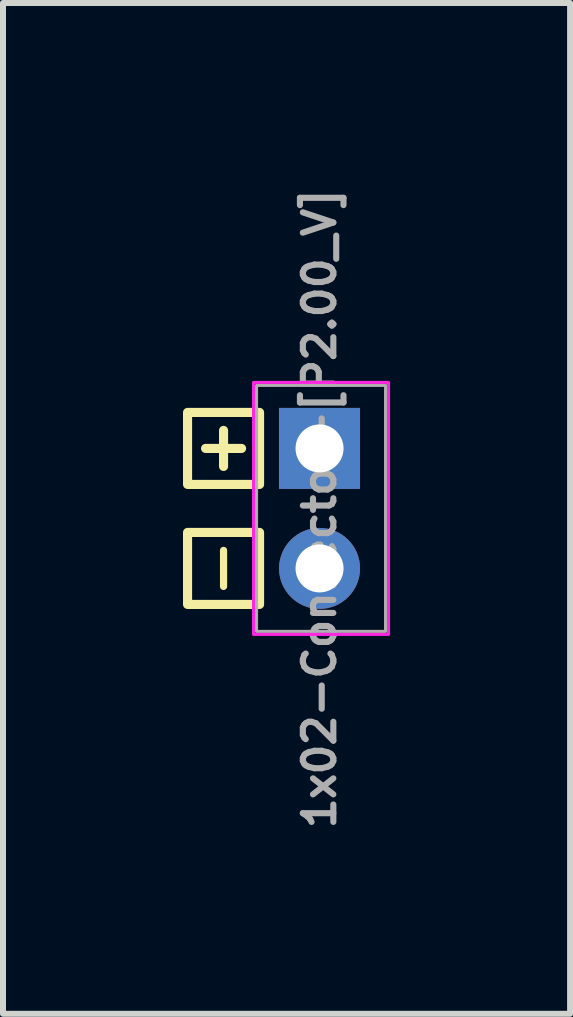
<source format=kicad_pcb>
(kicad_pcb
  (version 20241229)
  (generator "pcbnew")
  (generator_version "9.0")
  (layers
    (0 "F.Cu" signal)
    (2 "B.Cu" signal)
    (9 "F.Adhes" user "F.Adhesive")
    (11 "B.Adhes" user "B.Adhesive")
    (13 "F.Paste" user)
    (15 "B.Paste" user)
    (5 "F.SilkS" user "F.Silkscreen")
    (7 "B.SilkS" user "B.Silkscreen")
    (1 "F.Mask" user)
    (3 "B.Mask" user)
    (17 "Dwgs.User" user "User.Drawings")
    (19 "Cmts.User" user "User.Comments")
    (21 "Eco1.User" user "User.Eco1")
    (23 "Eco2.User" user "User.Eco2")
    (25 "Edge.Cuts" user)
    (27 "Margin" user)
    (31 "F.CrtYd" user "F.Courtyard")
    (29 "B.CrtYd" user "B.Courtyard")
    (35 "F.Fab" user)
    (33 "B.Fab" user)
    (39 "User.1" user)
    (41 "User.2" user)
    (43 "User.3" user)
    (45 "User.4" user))
  (footprint "1x02-Connector-[P2.00_V]"
    (layer "F.Cu")
    (at 2.276 4.424)
    (property "Reference" "1x02-Connector-[P2.00_V]" (at 0 1 90) (layer "F.Fab") (effects (font (size 0.508 0.508) (thickness 0.102))))
    (attr through_hole)
    (fp_line (start -1.6 -0.3) (end -1.6 0.3) (stroke (width 0.152) (type solid)) (layer "F.SilkS"))
    (fp_line (start -1.6 1.7) (end -1.6 2.3) (stroke (width 0.12) (type solid)) (layer "F.SilkS"))
    (fp_line (start -1.3 0) (end -1.9 0) (stroke (width 0.152) (type solid)) (layer "F.SilkS"))
    (fp_rect (start -2.2 -0.6) (end -1 0.6) (stroke (width 0.152) (type solid)) (fill no) (layer "F.SilkS"))
    (fp_rect (start -2.2 1.4) (end -1 2.6) (stroke (width 0.152) (type solid)) (fill no) (layer "F.SilkS"))
    (fp_rect (start -1.1 -1.1) (end 1.15 3.1) (stroke (width 0.051) (type solid)) (fill no) (layer "F.CrtYd"))
    (fp_rect (start 0 0) (end 0 0) (stroke (width 0.05) (type solid)) (fill no) (layer "F.CrtYd"))
    (fp_rect (start -1.05 -1.05) (end 1.1 3.05) (stroke (width 0.051) (type solid)) (fill no) (layer "F.Fab"))
    (fp_rect (start 0 0) (end 0 0) (stroke (width 0.1) (type solid)) (fill no) (layer "F.Fab"))
    (pad "1" thru_hole rect (at 0 0) (size 1.35 1.35) (drill 0.8) (layers "*.Cu" "*.Mask"))
    (pad "2" thru_hole oval (at 0 2) (size 1.35 1.35) (drill 0.8) (layers "*.Cu" "*.Mask")))
  (gr_rect
    (start -3 -3)
    (end 6.452 13.847)
    (stroke (width 0.1) (type default))
    (fill no)
    (layer "Edge.Cuts")))
</source>
